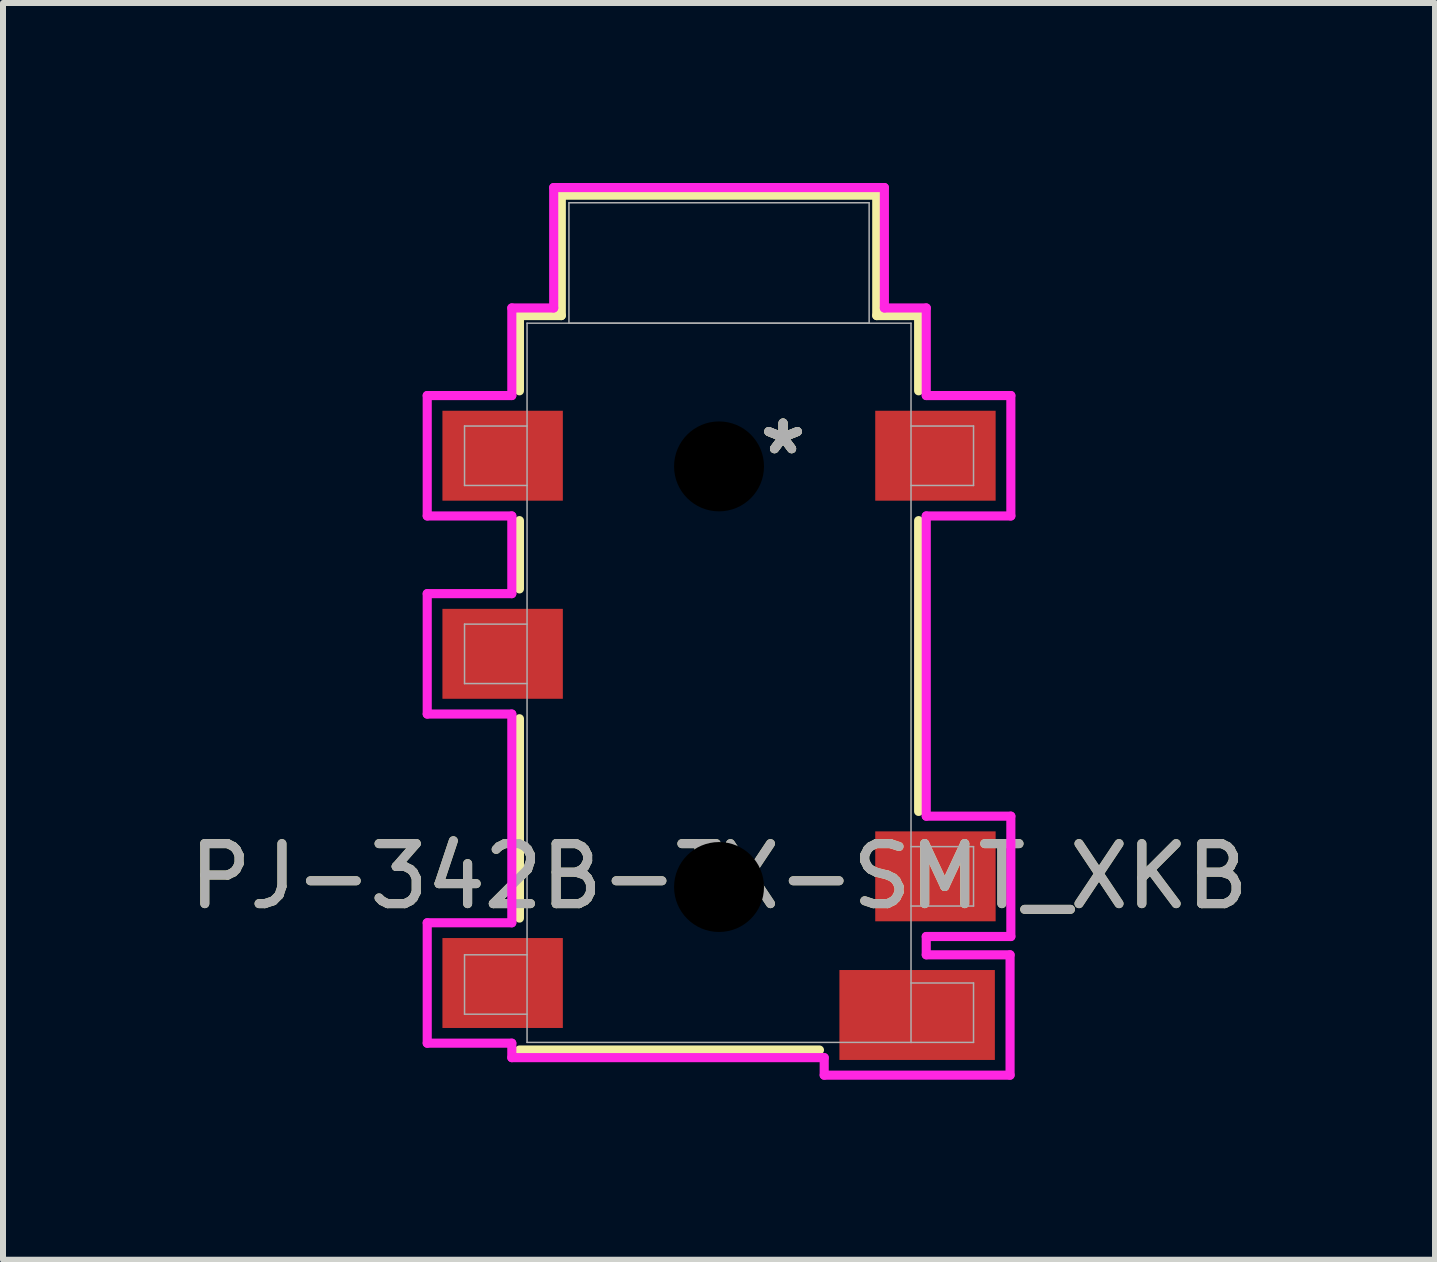
<source format=kicad_pcb>
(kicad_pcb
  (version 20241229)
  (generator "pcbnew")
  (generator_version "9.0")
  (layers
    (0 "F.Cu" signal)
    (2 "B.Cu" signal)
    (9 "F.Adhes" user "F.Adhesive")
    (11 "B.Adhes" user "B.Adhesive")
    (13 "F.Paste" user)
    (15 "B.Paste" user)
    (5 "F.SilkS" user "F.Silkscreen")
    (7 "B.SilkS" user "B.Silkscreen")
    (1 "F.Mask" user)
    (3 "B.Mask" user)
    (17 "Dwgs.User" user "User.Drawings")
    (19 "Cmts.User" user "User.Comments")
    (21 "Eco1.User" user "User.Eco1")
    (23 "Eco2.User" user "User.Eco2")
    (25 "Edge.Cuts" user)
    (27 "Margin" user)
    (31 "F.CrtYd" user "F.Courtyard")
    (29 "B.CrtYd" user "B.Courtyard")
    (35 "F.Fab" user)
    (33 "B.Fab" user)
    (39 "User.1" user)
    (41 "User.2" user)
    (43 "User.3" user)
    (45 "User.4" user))
  (footprint "PJ-342B-TX-SMT_XKB"
    (layer "F.Cu")
    (at 8.935 8.331)
    (property "Reference" "PJ-342B-TX-SMT_XKB" (at 0 3.226 0) (unlocked yes) (layer "F.SilkS") (effects (font (size 1 1) (thickness 0.15))))
    (attr smd)
    (fp_line (start -3.327 -6.121) (end -2.629 -6.121) (stroke (width 0.152) (type solid)) (layer "F.SilkS"))
    (fp_line (start -3.327 -4.867) (end -3.327 -6.121) (stroke (width 0.152) (type solid)) (layer "F.SilkS"))
    (fp_line (start -3.327 -1.565) (end -3.327 -2.703) (stroke (width 0.152) (type solid)) (layer "F.SilkS"))
    (fp_line (start -3.327 3.922) (end -3.327 0.599) (stroke (width 0.152) (type solid)) (layer "F.SilkS"))
    (fp_line (start -2.629 -8.128) (end 2.629 -8.128) (stroke (width 0.152) (type solid)) (layer "F.SilkS"))
    (fp_line (start -2.629 -6.121) (end -2.629 -8.128) (stroke (width 0.152) (type solid)) (layer "F.SilkS"))
    (fp_line (start 1.674 6.121) (end -3.327 6.121) (stroke (width 0.152) (type solid)) (layer "F.SilkS"))
    (fp_line (start 2.629 -8.128) (end 2.629 -6.121) (stroke (width 0.152) (type solid)) (layer "F.SilkS"))
    (fp_line (start 2.629 -6.121) (end 3.327 -6.121) (stroke (width 0.152) (type solid)) (layer "F.SilkS"))
    (fp_line (start 3.327 -6.121) (end 3.327 -4.867) (stroke (width 0.152) (type solid)) (layer "F.SilkS"))
    (fp_line (start 3.327 -2.703) (end 3.327 2.144) (stroke (width 0.152) (type solid)) (layer "F.SilkS"))
    (fp_line (start -4.864 -4.788) (end -4.864 -2.781) (stroke (width 0.152) (type solid)) (layer "F.CrtYd"))
    (fp_line (start -4.864 -2.781) (end -3.454 -2.781) (stroke (width 0.152) (type solid)) (layer "F.CrtYd"))
    (fp_line (start -4.864 -1.486) (end -4.864 0.521) (stroke (width 0.152) (type solid)) (layer "F.CrtYd"))
    (fp_line (start -4.864 0.521) (end -3.454 0.521) (stroke (width 0.152) (type solid)) (layer "F.CrtYd"))
    (fp_line (start -4.864 4) (end -4.864 6.007) (stroke (width 0.152) (type solid)) (layer "F.CrtYd"))
    (fp_line (start -4.864 6.007) (end -3.454 6.007) (stroke (width 0.152) (type solid)) (layer "F.CrtYd"))
    (fp_line (start -3.454 -6.248) (end -3.454 -4.788) (stroke (width 0.152) (type solid)) (layer "F.CrtYd"))
    (fp_line (start -3.454 -4.788) (end -4.864 -4.788) (stroke (width 0.152) (type solid)) (layer "F.CrtYd"))
    (fp_line (start -3.454 -2.781) (end -3.454 -1.486) (stroke (width 0.152) (type solid)) (layer "F.CrtYd"))
    (fp_line (start -3.454 -1.486) (end -4.864 -1.486) (stroke (width 0.152) (type solid)) (layer "F.CrtYd"))
    (fp_line (start -3.454 0.521) (end -3.454 4) (stroke (width 0.152) (type solid)) (layer "F.CrtYd"))
    (fp_line (start -3.454 4) (end -4.864 4) (stroke (width 0.152) (type solid)) (layer "F.CrtYd"))
    (fp_line (start -3.454 6.007) (end -3.454 6.248) (stroke (width 0.152) (type solid)) (layer "F.CrtYd"))
    (fp_line (start -3.454 6.248) (end 1.753 6.248) (stroke (width 0.152) (type solid)) (layer "F.CrtYd"))
    (fp_line (start -2.756 -8.255) (end -2.756 -6.248) (stroke (width 0.152) (type solid)) (layer "F.CrtYd"))
    (fp_line (start -2.756 -6.248) (end -3.454 -6.248) (stroke (width 0.152) (type solid)) (layer "F.CrtYd"))
    (fp_line (start 1.753 6.248) (end 1.753 6.54) (stroke (width 0.152) (type solid)) (layer "F.CrtYd"))
    (fp_line (start 1.753 6.54) (end 4.851 6.54) (stroke (width 0.152) (type solid)) (layer "F.CrtYd"))
    (fp_line (start 2.756 -8.255) (end -2.756 -8.255) (stroke (width 0.152) (type solid)) (layer "F.CrtYd"))
    (fp_line (start 2.756 -6.248) (end 2.756 -8.255) (stroke (width 0.152) (type solid)) (layer "F.CrtYd"))
    (fp_line (start 3.454 -6.248) (end 2.756 -6.248) (stroke (width 0.152) (type solid)) (layer "F.CrtYd"))
    (fp_line (start 3.454 -4.788) (end 3.454 -6.248) (stroke (width 0.152) (type solid)) (layer "F.CrtYd"))
    (fp_line (start 3.454 -2.781) (end 4.864 -2.781) (stroke (width 0.152) (type solid)) (layer "F.CrtYd"))
    (fp_line (start 3.454 2.223) (end 3.454 -2.781) (stroke (width 0.152) (type solid)) (layer "F.CrtYd"))
    (fp_line (start 3.454 4.229) (end 4.864 4.229) (stroke (width 0.152) (type solid)) (layer "F.CrtYd"))
    (fp_line (start 3.454 4.534) (end 3.454 4.229) (stroke (width 0.152) (type solid)) (layer "F.CrtYd"))
    (fp_line (start 4.851 4.534) (end 3.454 4.534) (stroke (width 0.152) (type solid)) (layer "F.CrtYd"))
    (fp_line (start 4.851 6.54) (end 4.851 4.534) (stroke (width 0.152) (type solid)) (layer "F.CrtYd"))
    (fp_line (start 4.864 -4.788) (end 3.454 -4.788) (stroke (width 0.152) (type solid)) (layer "F.CrtYd"))
    (fp_line (start 4.864 -2.781) (end 4.864 -4.788) (stroke (width 0.152) (type solid)) (layer "F.CrtYd"))
    (fp_line (start 4.864 2.223) (end 3.454 2.223) (stroke (width 0.152) (type solid)) (layer "F.CrtYd"))
    (fp_line (start 4.864 4.229) (end 4.864 2.223) (stroke (width 0.152) (type solid)) (layer "F.CrtYd"))
    (fp_line (start -4.242 -4.28) (end -4.242 -3.289) (stroke (width 0.025) (type solid)) (layer "F.Fab"))
    (fp_line (start -4.242 -3.289) (end -3.2 -3.289) (stroke (width 0.025) (type solid)) (layer "F.Fab"))
    (fp_line (start -4.242 -0.978) (end -4.242 0.013) (stroke (width 0.025) (type solid)) (layer "F.Fab"))
    (fp_line (start -4.242 0.013) (end -3.2 0.013) (stroke (width 0.025) (type solid)) (layer "F.Fab"))
    (fp_line (start -4.242 4.534) (end -3.2 4.534) (stroke (width 0.025) (type solid)) (layer "F.Fab"))
    (fp_line (start -4.242 5.524) (end -4.242 4.534) (stroke (width 0.025) (type solid)) (layer "F.Fab"))
    (fp_line (start -3.2 -5.994) (end -3.2 5.994) (stroke (width 0.025) (type solid)) (layer "F.Fab"))
    (fp_line (start -3.2 -4.28) (end -4.242 -4.28) (stroke (width 0.025) (type solid)) (layer "F.Fab"))
    (fp_line (start -3.2 -0.978) (end -4.242 -0.978) (stroke (width 0.025) (type solid)) (layer "F.Fab"))
    (fp_line (start -3.2 5.524) (end -4.242 5.524) (stroke (width 0.025) (type solid)) (layer "F.Fab"))
    (fp_line (start -3.2 5.994) (end 3.2 5.994) (stroke (width 0.025) (type solid)) (layer "F.Fab"))
    (fp_line (start -2.502 -8.001) (end -2.502 -5.994) (stroke (width 0.025) (type solid)) (layer "F.Fab"))
    (fp_line (start -2.502 -5.994) (end 2.502 -5.994) (stroke (width 0.025) (type solid)) (layer "F.Fab"))
    (fp_line (start 2.502 -8.001) (end -2.502 -8.001) (stroke (width 0.025) (type solid)) (layer "F.Fab"))
    (fp_line (start 2.502 -5.994) (end 2.502 -8.001) (stroke (width 0.025) (type solid)) (layer "F.Fab"))
    (fp_line (start 3.2 -5.994) (end -3.2 -5.994) (stroke (width 0.025) (type solid)) (layer "F.Fab"))
    (fp_line (start 3.2 -4.28) (end 4.242 -4.28) (stroke (width 0.025) (type solid)) (layer "F.Fab"))
    (fp_line (start 3.2 2.731) (end 4.242 2.731) (stroke (width 0.025) (type solid)) (layer "F.Fab"))
    (fp_line (start 3.2 5.994) (end 3.2 -5.994) (stroke (width 0.025) (type solid)) (layer "F.Fab"))
    (fp_line (start 3.2 5.994) (end 4.242 5.994) (stroke (width 0.025) (type solid)) (layer "F.Fab"))
    (fp_line (start 4.242 -4.28) (end 4.242 -3.289) (stroke (width 0.025) (type solid)) (layer "F.Fab"))
    (fp_line (start 4.242 -3.289) (end 3.2 -3.289) (stroke (width 0.025) (type solid)) (layer "F.Fab"))
    (fp_line (start 4.242 2.731) (end 4.242 3.721) (stroke (width 0.025) (type solid)) (layer "F.Fab"))
    (fp_line (start 4.242 3.721) (end 3.2 3.721) (stroke (width 0.025) (type solid)) (layer "F.Fab"))
    (fp_line (start 4.242 5.004) (end 3.2 5.004) (stroke (width 0.025) (type solid)) (layer "F.Fab"))
    (fp_line (start 4.242 5.994) (end 4.242 5.004) (stroke (width 0.025) (type solid)) (layer "F.Fab"))
    (fp_text user "*" (at 1.067 -3.785 0) (layer "F.SilkS") (effects (font (size 1 1) (thickness 0.15))))
    (fp_text user "*" (at 1.067 -3.785 0) (unlocked yes) (layer "F.SilkS") (effects (font (size 1 1) (thickness 0.15))))
    (fp_text user "*" (at 1.067 -3.785 0) (layer "F.Fab") (effects (font (size 1 1) (thickness 0.15))))
    (fp_text user "${REFERENCE}" (at 0 3.226 0) (unlocked yes) (layer "F.Fab") (effects (font (size 1 1) (thickness 0.15))))
    (fp_text user "*" (at 1.067 -3.785 0) (unlocked yes) (layer "F.Fab") (effects (font (size 1 1) (thickness 0.15))))
    (pad "" np_thru_hole circle (at 0 -3.607) (size 1.499 1.499) (drill 1.499) (layers))
    (pad "" np_thru_hole circle (at 0 3.404) (size 1.499 1.499) (drill 1.499) (layers))
    (pad "2" smd rect (at 3.607 -3.785) (size 2.007 1.499) (layers "F.Cu" "F.Mask" "F.Paste"))
    (pad "3" smd rect (at 3.607 3.226) (size 2.007 1.499) (layers "F.Cu" "F.Mask" "F.Paste"))
    (pad "4" smd rect (at 3.302 5.537) (size 2.591 1.499) (layers "F.Cu" "F.Mask" "F.Paste"))
    (pad "5" smd rect (at -3.607 -3.785) (size 2.007 1.499) (layers "F.Cu" "F.Mask" "F.Paste"))
    (pad "6" smd rect (at -3.607 -0.483) (size 2.007 1.499) (layers "F.Cu" "F.Mask" "F.Paste"))
    (pad "7" smd rect (at -3.607 5.004) (size 2.007 1.499) (layers "F.Cu" "F.Mask" "F.Paste")))
  (gr_rect
    (start -3 -3)
    (end 20.869 17.948)
    (stroke (width 0.1) (type default))
    (fill no)
    (layer "Edge.Cuts")))
</source>
